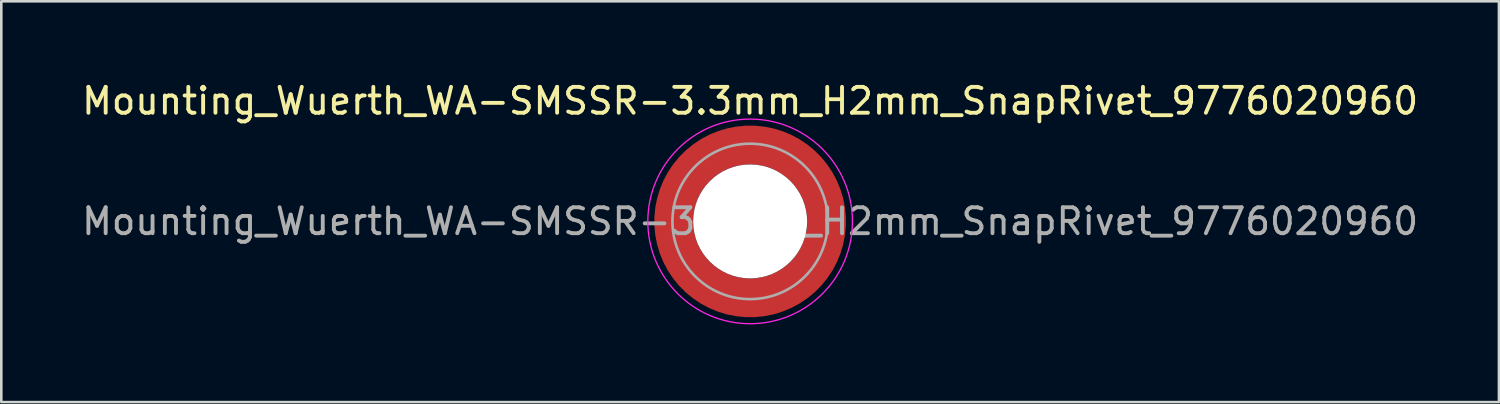
<source format=kicad_pcb>
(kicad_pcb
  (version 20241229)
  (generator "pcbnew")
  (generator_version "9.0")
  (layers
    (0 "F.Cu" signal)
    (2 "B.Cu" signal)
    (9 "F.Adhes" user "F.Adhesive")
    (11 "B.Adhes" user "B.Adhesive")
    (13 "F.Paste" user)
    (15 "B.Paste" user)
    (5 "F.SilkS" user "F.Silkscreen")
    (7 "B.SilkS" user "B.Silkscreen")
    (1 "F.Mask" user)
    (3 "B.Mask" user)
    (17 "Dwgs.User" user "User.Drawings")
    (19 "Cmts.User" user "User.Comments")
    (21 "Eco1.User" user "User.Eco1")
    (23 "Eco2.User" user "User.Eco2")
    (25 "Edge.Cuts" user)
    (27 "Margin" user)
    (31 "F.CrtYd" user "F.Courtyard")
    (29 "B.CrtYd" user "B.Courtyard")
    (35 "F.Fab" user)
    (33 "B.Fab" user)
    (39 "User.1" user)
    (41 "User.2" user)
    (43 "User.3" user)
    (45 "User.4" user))
  (footprint "Mounting_Wuerth_WA-SMSSR-3.3mm_H2mm_SnapRivet_9776020960"
    (layer "F.Cu")
    (at 25.911 5.498)
    (property "Reference" "Mounting_Wuerth_WA-SMSSR-3.3mm_H2mm_SnapRivet_9776020960" (at 0 -4.65 0) (layer "F.SilkS") (effects (font (size 1 1) (thickness 0.15))))
    (attr smd allow_soldermask_bridges)
    (fp_circle (center 0 0) (end 3.95 0) (stroke (width 0.05) (type solid)) (fill no) (layer "F.CrtYd"))
    (fp_circle (center 0 0) (end 3 0) (stroke (width 0.1) (type solid)) (fill no) (layer "F.Fab"))
    (fp_text user "${REFERENCE}" (at 0 0 0) (layer "F.Fab") (effects (font (size 1 1) (thickness 0.15))))
    (pad "" smd custom (at -2.077 -2.077) (size 0.698 0.698) (layers "F.Paste") (options (anchor circle)) (primitives (gr_arc (start -0.208831 1.577126) (mid 0.422496 0.422496) (end 1.577126 -0.208831) (width 0.2)) (gr_arc (start -0.310669 1.577126) (mid 0.35208 0.35208) (end 1.577126 -0.310669) (width 0.2)) (gr_arc (start -0.412325 1.577126) (mid 0.281664 0.281664) (end 1.577126 -0.412325) (width 0.2)) (gr_arc (start -0.51382 1.577126) (mid 0.211248 0.211248) (end 1.577126 -0.51382) (width 0.2)) (gr_arc (start -0.615172 1.577126) (mid 0.140832 0.140832) (end 1.577126 -0.615172) (width 0.2)) (gr_arc (start -0.716397 1.577126) (mid 0.070416 0.070416) (end 1.577126 -0.716397) (width 0.2)) (gr_arc (start -0.817508 1.577126) (mid 0 0) (end 1.577126 -0.817508) (width 0.2)) (gr_arc (start -0.918517 1.577126) (mid -0.070416 -0.070416) (end 1.577126 -0.918517) (width 0.2)) (gr_arc (start -1.019433 1.577126) (mid -0.140832 -0.140832) (end 1.577126 -1.019433) (width 0.2)) (gr_arc (start -1.120266 1.577126) (mid -0.211248 -0.211248) (end 1.577126 -1.120266) (width 0.2)) (gr_arc (start -1.221022 1.577126) (mid -0.281664 -0.281664) (end 1.577126 -1.221022) (width 0.2)) (gr_arc (start -1.32171 1.577126) (mid -0.35208 -0.35208) (end 1.577126 -1.32171) (width 0.2)) (gr_arc (start -1.422335 1.577126) (mid -0.422496 -0.422496) (end 1.577126 -1.422335) (width 0.2)) (gr_line (start 1.577 -0.209) (end 1.577 -1.422) (width 0.2)) (gr_line (start -0.209 1.577) (end -1.422 1.577) (width 0.2))))
    (pad "" smd custom (at -2.077 2.077) (size 0.698 0.698) (layers "F.Paste") (options (anchor circle)) (primitives (gr_arc (start 1.577126 0.208831) (mid 0.422496 -0.422496) (end -0.208831 -1.577126) (width 0.2)) (gr_arc (start 1.577126 0.310669) (mid 0.35208 -0.35208) (end -0.310669 -1.577126) (width 0.2)) (gr_arc (start 1.577126 0.412325) (mid 0.281664 -0.281664) (end -0.412325 -1.577126) (width 0.2)) (gr_arc (start 1.577126 0.51382) (mid 0.211248 -0.211248) (end -0.51382 -1.577126) (width 0.2)) (gr_arc (start 1.577126 0.615172) (mid 0.140832 -0.140832) (end -0.615172 -1.577126) (width 0.2)) (gr_arc (start 1.577126 0.716397) (mid 0.070416 -0.070416) (end -0.716397 -1.577126) (width 0.2)) (gr_arc (start 1.577126 0.817508) (mid 0 0) (end -0.817508 -1.577126) (width 0.2)) (gr_arc (start 1.577126 0.918517) (mid -0.070416 0.070416) (end -0.918517 -1.577126) (width 0.2)) (gr_arc (start 1.577126 1.019433) (mid -0.140832 0.140832) (end -1.019433 -1.577126) (width 0.2)) (gr_arc (start 1.577126 1.120266) (mid -0.211248 0.211248) (end -1.120266 -1.577126) (width 0.2)) (gr_arc (start 1.577126 1.221022) (mid -0.281664 0.281664) (end -1.221022 -1.577126) (width 0.2)) (gr_arc (start 1.577126 1.32171) (mid -0.35208 0.35208) (end -1.32171 -1.577126) (width 0.2)) (gr_arc (start 1.577126 1.422335) (mid -0.422496 0.422496) (end -1.422335 -1.577126) (width 0.2)) (gr_line (start -0.209 -1.577) (end -1.422 -1.577) (width 0.2)) (gr_line (start 1.577 0.209) (end 1.577 1.422) (width 0.2))))
    (pad "" np_thru_hole circle (at 0 0) (size 4.4 4.4) (drill 4.4) (layers "*.Cu" "*.Mask"))
    (pad "" smd custom (at 2.077 -2.077) (size 0.698 0.698) (layers "F.Paste") (options (anchor circle)) (primitives (gr_arc (start -1.577126 -0.208831) (mid -0.422496 0.422496) (end 0.208831 1.577126) (width 0.2)) (gr_arc (start -1.577126 -0.310669) (mid -0.35208 0.35208) (end 0.310669 1.577126) (width 0.2)) (gr_arc (start -1.577126 -0.412325) (mid -0.281664 0.281664) (end 0.412325 1.577126) (width 0.2)) (gr_arc (start -1.577126 -0.51382) (mid -0.211248 0.211248) (end 0.51382 1.577126) (width 0.2)) (gr_arc (start -1.577126 -0.615172) (mid -0.140832 0.140832) (end 0.615172 1.577126) (width 0.2)) (gr_arc (start -1.577126 -0.716397) (mid -0.070416 0.070416) (end 0.716397 1.577126) (width 0.2)) (gr_arc (start -1.577126 -0.817508) (mid 0 0) (end 0.817508 1.577126) (width 0.2)) (gr_arc (start -1.577126 -0.918517) (mid 0.070416 -0.070416) (end 0.918517 1.577126) (width 0.2)) (gr_arc (start -1.577126 -1.019433) (mid 0.140832 -0.140832) (end 1.019433 1.577126) (width 0.2)) (gr_arc (start -1.577126 -1.120266) (mid 0.211248 -0.211248) (end 1.120266 1.577126) (width 0.2)) (gr_arc (start -1.577126 -1.221022) (mid 0.281664 -0.281664) (end 1.221022 1.577126) (width 0.2)) (gr_arc (start -1.577126 -1.32171) (mid 0.35208 -0.35208) (end 1.32171 1.577126) (width 0.2)) (gr_arc (start -1.577126 -1.422335) (mid 0.422496 -0.422496) (end 1.422335 1.577126) (width 0.2)) (gr_line (start 0.209 1.577) (end 1.422 1.577) (width 0.2)) (gr_line (start -1.577 -0.209) (end -1.577 -1.422) (width 0.2))))
    (pad "" smd custom (at 2.077 2.077) (size 0.698 0.698) (layers "F.Paste") (options (anchor circle)) (primitives (gr_arc (start 0.208831 -1.577126) (mid -0.422496 -0.422496) (end -1.577126 0.208831) (width 0.2)) (gr_arc (start 0.310669 -1.577126) (mid -0.35208 -0.35208) (end -1.577126 0.310669) (width 0.2)) (gr_arc (start 0.412325 -1.577126) (mid -0.281664 -0.281664) (end -1.577126 0.412325) (width 0.2)) (gr_arc (start 0.51382 -1.577126) (mid -0.211248 -0.211248) (end -1.577126 0.51382) (width 0.2)) (gr_arc (start 0.615172 -1.577126) (mid -0.140832 -0.140832) (end -1.577126 0.615172) (width 0.2)) (gr_arc (start 0.716397 -1.577126) (mid -0.070416 -0.070416) (end -1.577126 0.716397) (width 0.2)) (gr_arc (start 0.817508 -1.577126) (mid 0 0) (end -1.577126 0.817508) (width 0.2)) (gr_arc (start 0.918517 -1.577126) (mid 0.070416 0.070416) (end -1.577126 0.918517) (width 0.2)) (gr_arc (start 1.019433 -1.577126) (mid 0.140832 0.140832) (end -1.577126 1.019433) (width 0.2)) (gr_arc (start 1.120266 -1.577126) (mid 0.211248 0.211248) (end -1.577126 1.120266) (width 0.2)) (gr_arc (start 1.221022 -1.577126) (mid 0.281664 0.281664) (end -1.577126 1.221022) (width 0.2)) (gr_arc (start 1.32171 -1.577126) (mid 0.35208 0.35208) (end -1.577126 1.32171) (width 0.2)) (gr_arc (start 1.422335 -1.577126) (mid 0.422496 0.422496) (end -1.577126 1.422335) (width 0.2)) (gr_line (start -1.577 0.209) (end -1.577 1.422) (width 0.2)) (gr_line (start 0.209 -1.577) (end 1.422 -1.577) (width 0.2))))
    (pad "1" smd circle (at -2.95 0) (size 0.992 0.992) (layers "F.Cu"))
    (pad "1" smd circle (at 0 -2.95) (size 0.992 0.992) (layers "F.Cu"))
    (pad "1" smd circle (at 0 2.95) (size 0.992 0.992) (layers "F.Cu"))
    (pad "1" smd custom (at 2.95 0) (size 1.5 1.5) (layers "F.Cu" "F.Mask") (options (anchor circle)) (primitives (gr_circle (center -2.95 0) (end 0 0) (width 1.5) (fill no)))))
  (gr_rect
    (start -3 -3)
    (end 54.821 12.473)
    (stroke (width 0.1) (type default))
    (fill no)
    (layer "Edge.Cuts")))
</source>
